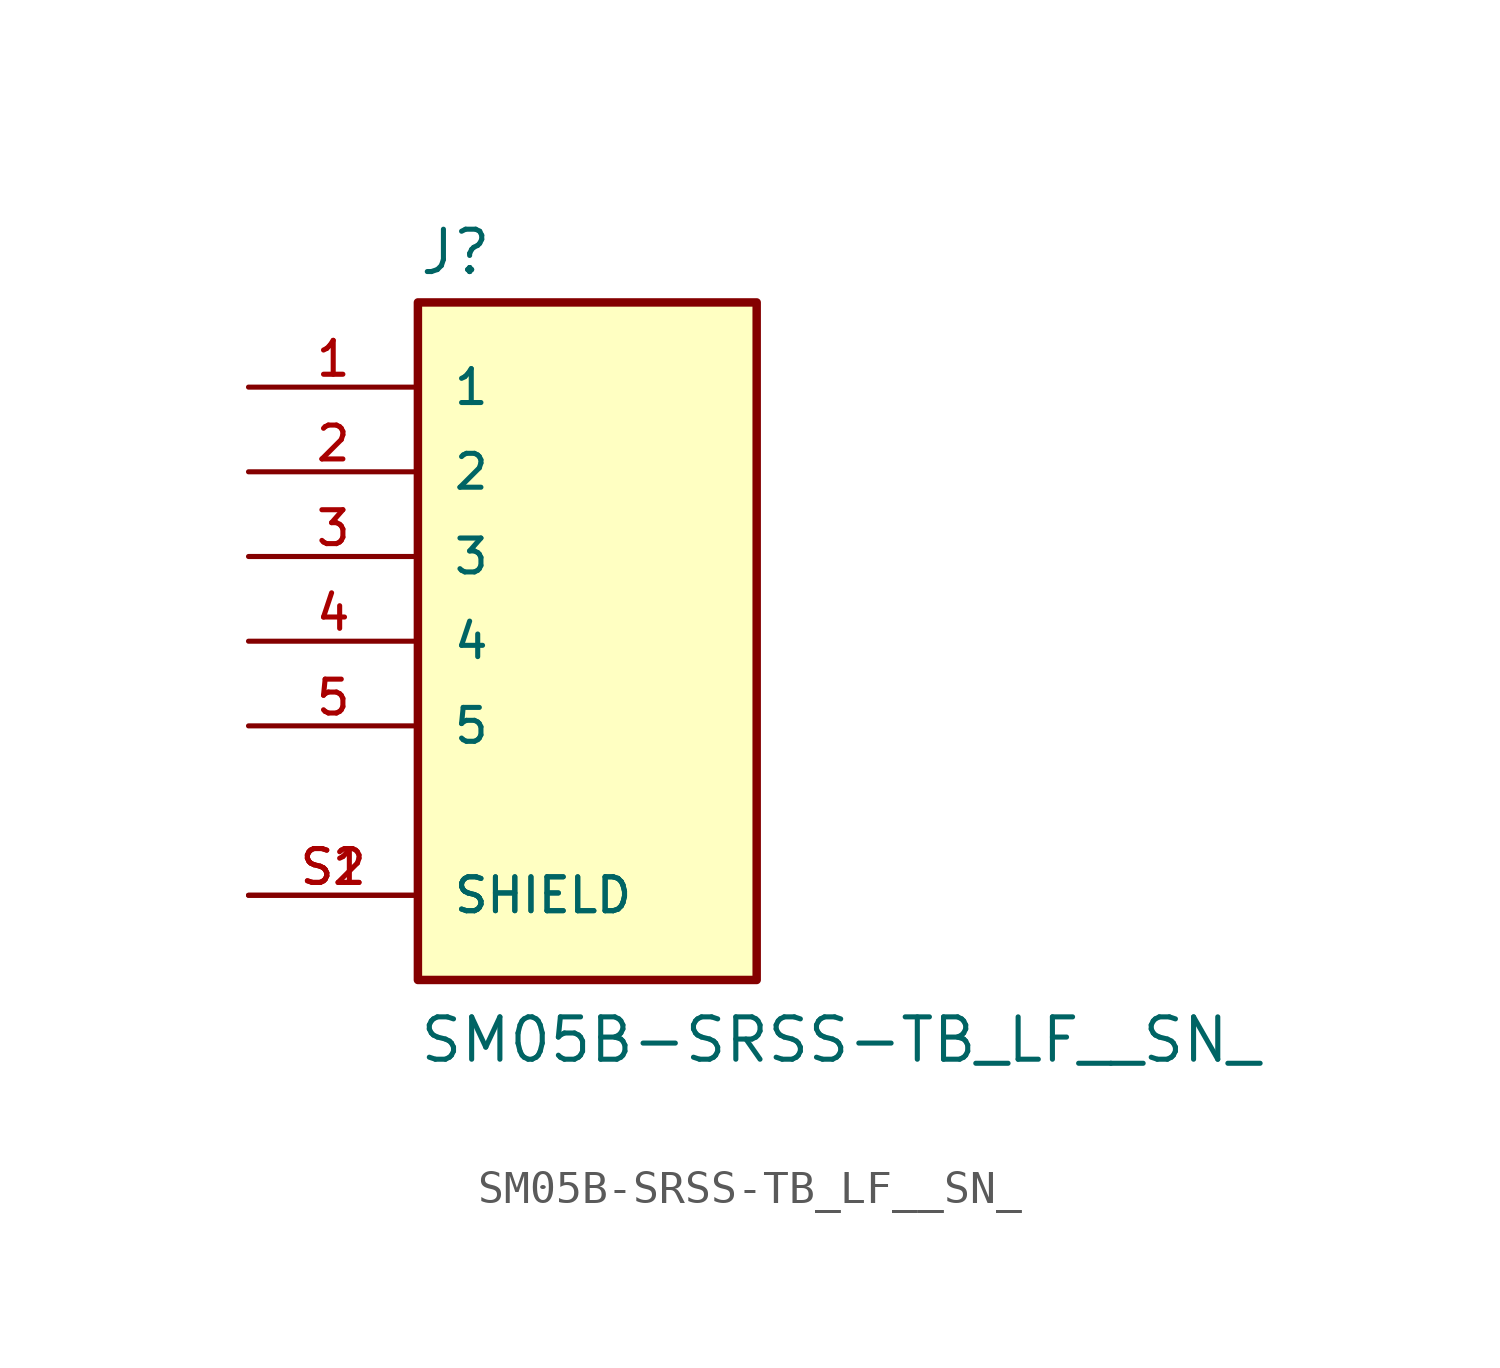
<source format=kicad_sym>
(kicad_symbol_lib
  (version 20211014)
  (generator kicad_symbol_editor)
  (symbol "SM05B-SRSS-TB_LF__SN_"
    (pin_names
      (offset 1.016))
    (property "Reference" "J"
      (at -5.08 10.922 0)
      (effects (font (size 1.27 1.27)) (justify bottom left)))
    (property "Value" "SM05B-SRSS-TB_LF__SN_"
      (at -5.08 -12.7 0)
      (effects (font (size 1.27 1.27)) (justify bottom left)))
    (symbol "SM05B-SRSS-TB_LF__SN__0_0"
      (rectangle (start -5.08 -10.16) (end 5.08 10.16) (stroke (width 0.254)) (fill (type background)))
      (pin passive line (at -10.16 7.62 0) (length 5.08) (name "1" (effects (font (size 1.016 1.016)))) (number "1" (effects (font (size 1.016 1.016)))))
      (pin passive line (at -10.16 -7.62 0) (length 5.08) (name "SHIELD" (effects (font (size 1.016 1.016)))) (number "S1" (effects (font (size 1.016 1.016)))))
      (pin passive line (at -10.16 -7.62 0) (length 5.08) (name "SHIELD" (effects (font (size 1.016 1.016)))) (number "S2" (effects (font (size 1.016 1.016)))))
      (pin passive line (at -10.16 5.08 0) (length 5.08) (name "2" (effects (font (size 1.016 1.016)))) (number "2" (effects (font (size 1.016 1.016)))))
      (pin passive line (at -10.16 2.54 0) (length 5.08) (name "3" (effects (font (size 1.016 1.016)))) (number "3" (effects (font (size 1.016 1.016)))))
      (pin passive line (at -10.16 0.0 0) (length 5.08) (name "4" (effects (font (size 1.016 1.016)))) (number "4" (effects (font (size 1.016 1.016)))))
      (pin passive line (at -10.16 -2.54 0) (length 5.08) (name "5" (effects (font (size 1.016 1.016)))) (number "5" (effects (font (size 1.016 1.016))))))))
</source>
